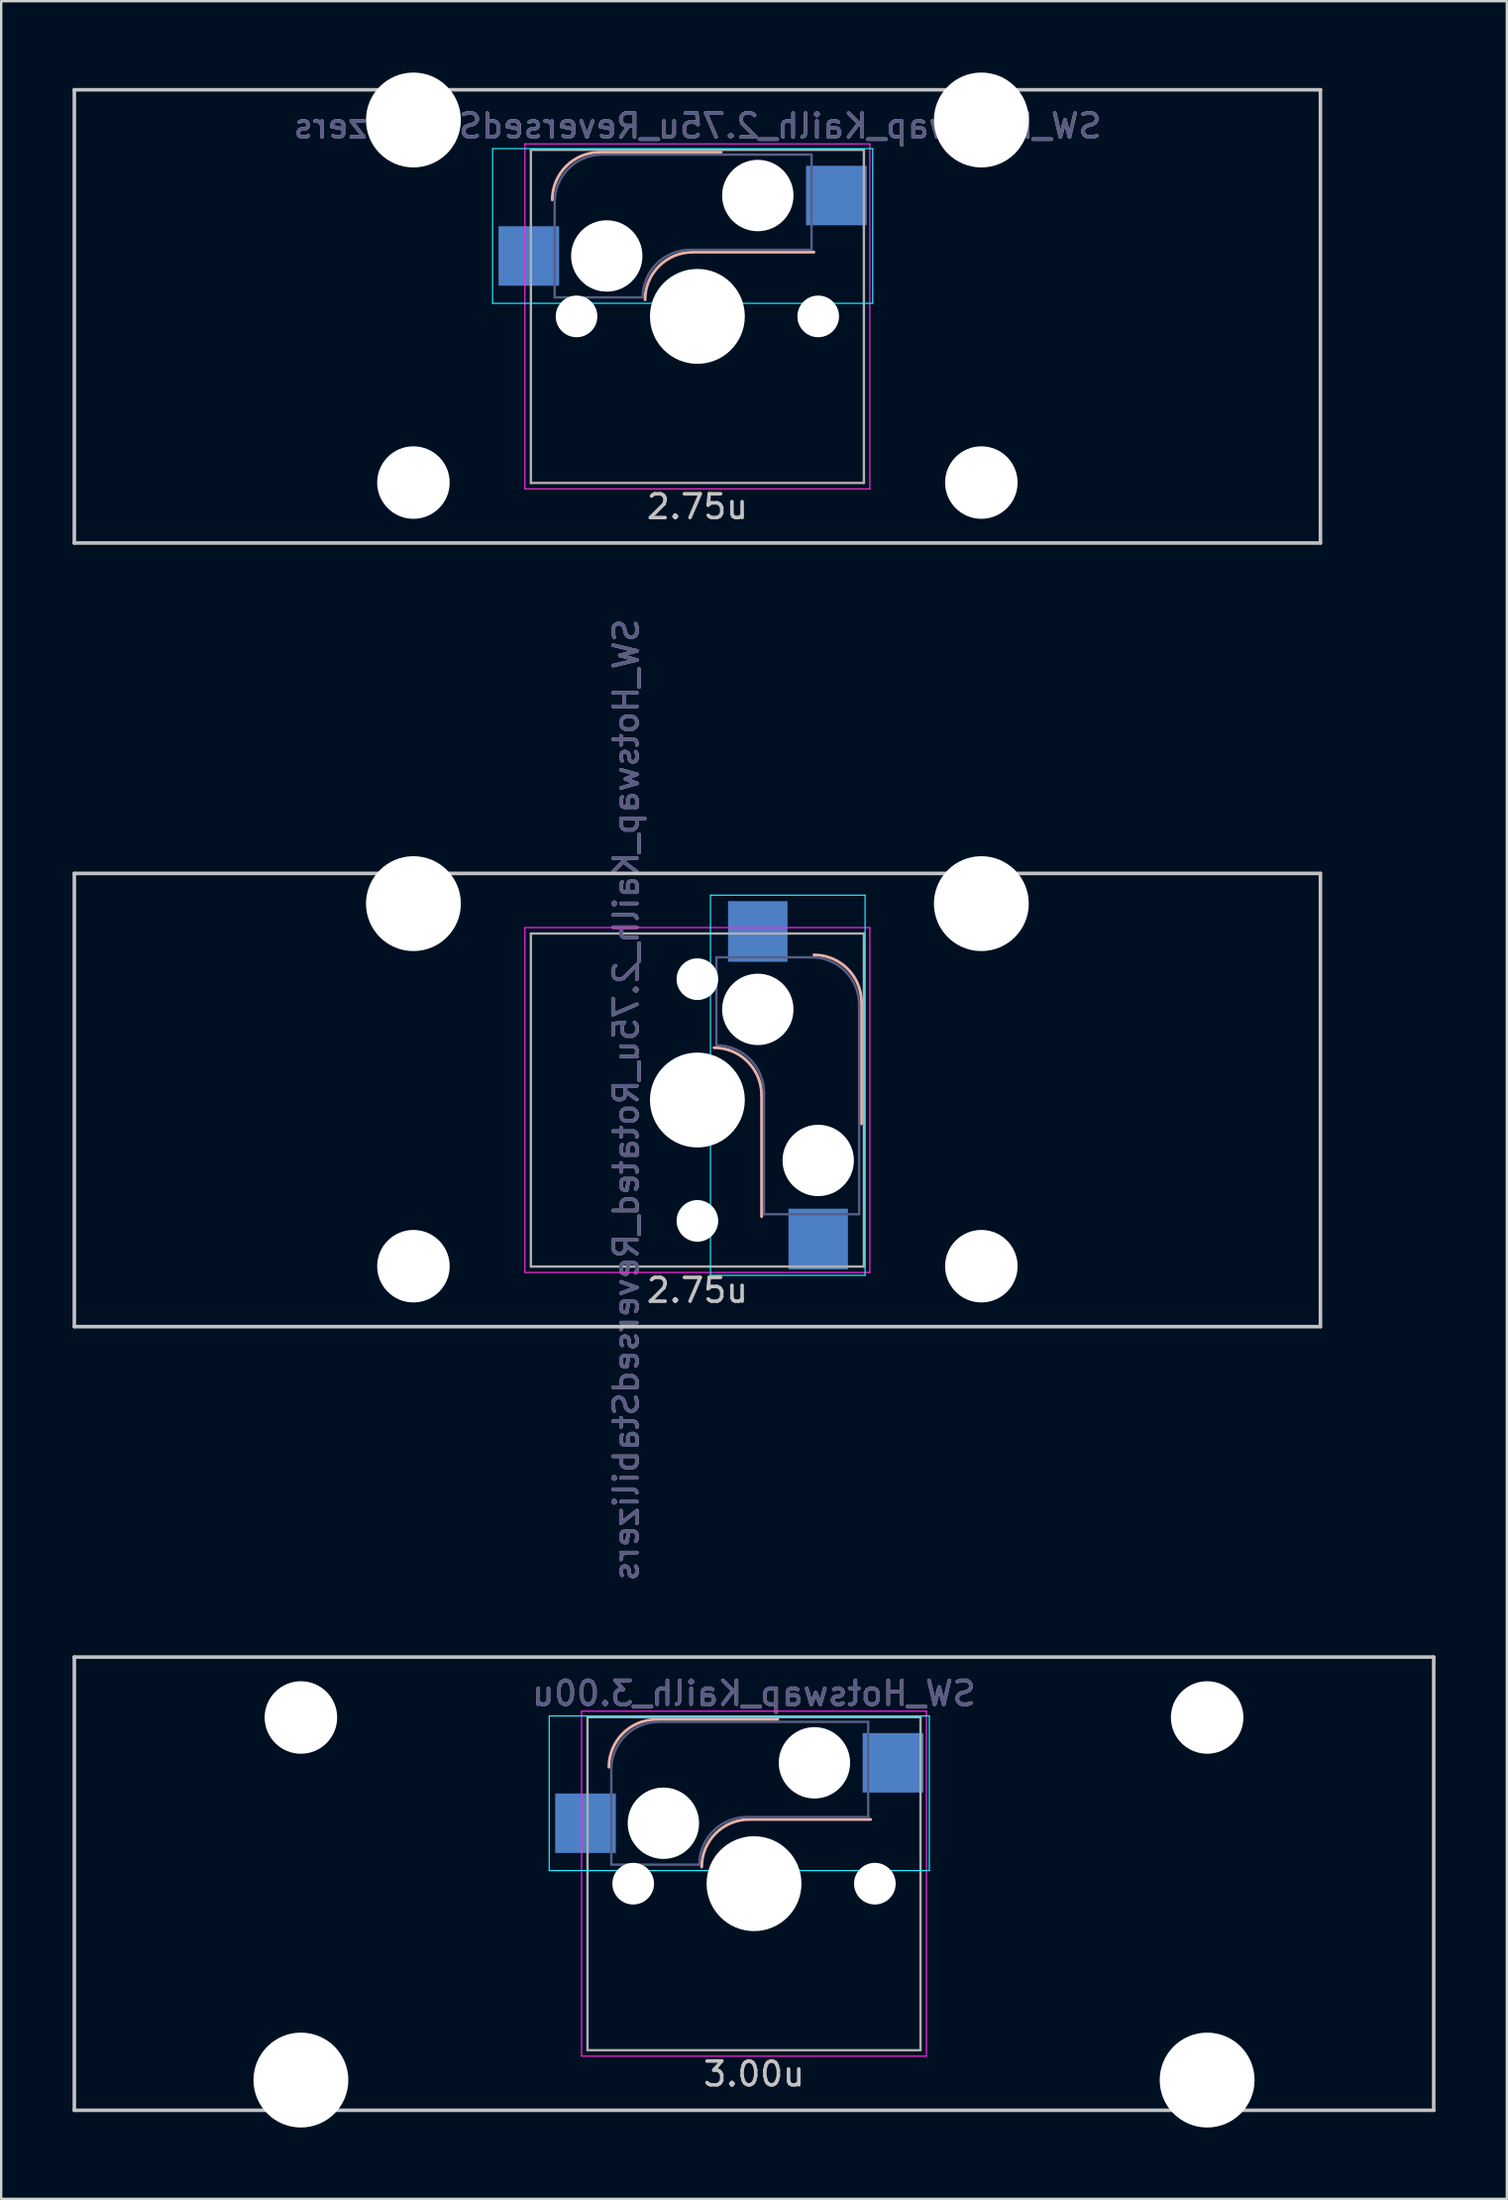
<source format=kicad_pcb>
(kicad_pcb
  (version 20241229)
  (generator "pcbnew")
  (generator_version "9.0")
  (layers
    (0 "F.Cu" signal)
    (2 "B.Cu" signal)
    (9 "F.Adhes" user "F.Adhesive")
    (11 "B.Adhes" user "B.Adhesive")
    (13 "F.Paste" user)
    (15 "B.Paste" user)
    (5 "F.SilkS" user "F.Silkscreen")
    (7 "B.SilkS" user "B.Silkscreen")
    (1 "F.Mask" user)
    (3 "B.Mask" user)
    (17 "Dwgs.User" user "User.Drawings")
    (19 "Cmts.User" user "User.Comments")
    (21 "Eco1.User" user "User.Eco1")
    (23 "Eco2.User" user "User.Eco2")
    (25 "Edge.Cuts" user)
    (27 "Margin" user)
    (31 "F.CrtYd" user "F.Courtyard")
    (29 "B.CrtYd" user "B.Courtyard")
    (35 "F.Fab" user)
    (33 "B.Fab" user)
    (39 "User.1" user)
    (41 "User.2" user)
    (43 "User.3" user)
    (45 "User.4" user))
  (footprint "SW_Hotswap_Kailh_3.00u"
    (layer "F.Cu")
    (at 28.65 76.127)
    (property "Reference" "SW_Hotswap_Kailh_3.00u" (at 0 -8 0) (layer "B.SilkS") (effects (font (size 1 1) (thickness 0.15)) (justify mirror)))
    (attr smd)
    (fp_line (start 1 -6.9) (end -4.1 -6.9) (stroke (width 0.12) (type solid)) (layer "B.SilkS"))
    (fp_line (start 4.9 -2.7) (end -0.2 -2.7) (stroke (width 0.12) (type solid)) (layer "B.SilkS"))
    (fp_arc (start -6.1 -4.9) (mid -5.514214 -6.314214) (end -4.1 -6.9) (stroke (width 0.12) (type solid)) (layer "B.SilkS"))
    (fp_arc (start -2.2 -0.7) (mid -1.614214 -2.114214) (end -0.2 -2.7) (stroke (width 0.12) (type solid)) (layer "B.SilkS"))
    (fp_line (start -28.575 -9.525) (end 28.575 -9.525) (stroke (width 0.15) (type solid)) (layer "Dwgs.User"))
    (fp_line (start -28.575 9.525) (end -28.575 -9.525) (stroke (width 0.15) (type solid)) (layer "Dwgs.User"))
    (fp_line (start -28.575 9.525) (end 28.575 9.525) (stroke (width 0.15) (type solid)) (layer "Dwgs.User"))
    (fp_line (start 28.575 -9.525) (end 28.575 9.525) (stroke (width 0.15) (type solid)) (layer "Dwgs.User"))
    (fp_line (start -8.61 -7.05) (end 7.37 -7.05) (stroke (width 0.05) (type solid)) (layer "B.CrtYd"))
    (fp_line (start -8.61 -0.55) (end -8.61 -7.05) (stroke (width 0.05) (type solid)) (layer "B.CrtYd"))
    (fp_line (start -8.61 -0.55) (end 7.37 -0.55) (stroke (width 0.05) (type solid)) (layer "B.CrtYd"))
    (fp_line (start 7.37 -7.05) (end 7.37 -0.55) (stroke (width 0.05) (type solid)) (layer "B.CrtYd"))
    (fp_line (start -7.25 -7.25) (end 7.25 -7.25) (stroke (width 0.05) (type solid)) (layer "F.CrtYd"))
    (fp_line (start -7.25 7.25) (end -7.25 -7.25) (stroke (width 0.05) (type solid)) (layer "F.CrtYd"))
    (fp_line (start 7.25 -7.25) (end 7.25 7.25) (stroke (width 0.05) (type solid)) (layer "F.CrtYd"))
    (fp_line (start 7.25 7.25) (end -7.25 7.25) (stroke (width 0.05) (type solid)) (layer "F.CrtYd"))
    (fp_line (start -6 -0.8) (end -6 -4.8) (stroke (width 0.1) (type solid)) (layer "B.Fab"))
    (fp_line (start -6 -0.8) (end -2.3 -0.8) (stroke (width 0.1) (type solid)) (layer "B.Fab"))
    (fp_line (start -4 -6.8) (end 4.8 -6.8) (stroke (width 0.1) (type solid)) (layer "B.Fab"))
    (fp_line (start -0.3 -2.8) (end 4.8 -2.8) (stroke (width 0.1) (type solid)) (layer "B.Fab"))
    (fp_line (start 4.8 -6.8) (end 4.8 -2.8) (stroke (width 0.1) (type solid)) (layer "B.Fab"))
    (fp_arc (start -6 -4.8) (mid -5.414214 -6.214214) (end -4 -6.8) (stroke (width 0.1) (type solid)) (layer "B.Fab"))
    (fp_arc (start -2.3 -0.8) (mid -1.714214 -2.214214) (end -0.3 -2.8) (stroke (width 0.1) (type solid)) (layer "B.Fab"))
    (fp_line (start -7 -7) (end 7 -7) (stroke (width 0.1) (type solid)) (layer "F.Fab"))
    (fp_line (start -7 7) (end -7 -7) (stroke (width 0.1) (type solid)) (layer "F.Fab"))
    (fp_line (start 7 -7) (end 7 7) (stroke (width 0.1) (type solid)) (layer "F.Fab"))
    (fp_line (start 7 7) (end -7 7) (stroke (width 0.1) (type solid)) (layer "F.Fab"))
    (fp_text user "3.00u" (at 0 8 0) (layer "Dwgs.User") (effects (font (size 1 1) (thickness 0.15))))
    (fp_text user "${REFERENCE}" (at 0 -8 0) (layer "B.Fab") (effects (font (size 1 1) (thickness 0.15)) (justify mirror)))
    (pad "" np_thru_hole circle (at -19.05 -6.985) (size 3.048 3.048) (drill 3.048) (layers "*.Cu" "*.Mask"))
    (pad "" np_thru_hole circle (at -19.05 8.255) (size 3.988 3.988) (drill 3.988) (layers "*.Cu" "*.Mask"))
    (pad "" np_thru_hole circle (at -5.08 0 48.1) (size 1.75 1.75) (drill 1.75) (layers "*.Cu" "*.Mask"))
    (pad "" np_thru_hole circle (at -3.81 -2.54) (size 3 3) (drill 3) (layers "*.Cu" "*.Mask"))
    (pad "" np_thru_hole circle (at 0 0) (size 3.988 3.988) (drill 3.988) (layers "*.Cu" "*.Mask"))
    (pad "" np_thru_hole circle (at 2.54 -5.08) (size 3 3) (drill 3) (layers "*.Cu" "*.Mask"))
    (pad "" np_thru_hole circle (at 5.08 0 48.1) (size 1.75 1.75) (drill 1.75) (layers "*.Cu" "*.Mask"))
    (pad "" np_thru_hole circle (at 19.05 -6.985) (size 3.048 3.048) (drill 3.048) (layers "*.Cu" "*.Mask"))
    (pad "" np_thru_hole circle (at 19.05 8.255) (size 3.988 3.988) (drill 3.988) (layers "*.Cu" "*.Mask"))
    (pad "1" smd rect (at -7.085 -2.54) (size 2.55 2.5) (layers "B.Cu" "B.Mask" "B.Paste"))
    (pad "2" smd rect (at 5.842 -5.08) (size 2.55 2.5) (layers "B.Cu" "B.Mask" "B.Paste")))
  (footprint "SW_Hotswap_Kailh_2.75u_Rotated_ReversedStabilizers"
    (layer "F.Cu")
    (at 26.269 43.188)
    (property "Reference" "SW_Hotswap_Kailh_2.75u_Rotated_ReversedStabilizers" (at -3 0 90) (layer "B.SilkS") (effects (font (size 1 1) (thickness 0.15)) (justify mirror)))
    (attr smd)
    (fp_line (start 2.7 4.9) (end 2.7 -0.2) (stroke (width 0.12) (type solid)) (layer "B.SilkS"))
    (fp_line (start 6.9 1) (end 6.9 -4.1) (stroke (width 0.12) (type solid)) (layer "B.SilkS"))
    (fp_arc (start 0.7 -2.2) (mid 2.114214 -1.614214) (end 2.7 -0.2) (stroke (width 0.12) (type solid)) (layer "B.SilkS"))
    (fp_arc (start 4.9 -6.1) (mid 6.314214 -5.514214) (end 6.9 -4.1) (stroke (width 0.12) (type solid)) (layer "B.SilkS"))
    (fp_line (start -26.194 -9.525) (end 26.194 -9.525) (stroke (width 0.15) (type solid)) (layer "Dwgs.User"))
    (fp_line (start -26.194 9.525) (end -26.194 -9.525) (stroke (width 0.15) (type solid)) (layer "Dwgs.User"))
    (fp_line (start 26.194 -9.525) (end 26.194 9.525) (stroke (width 0.15) (type solid)) (layer "Dwgs.User"))
    (fp_line (start 26.194 9.525) (end -26.194 9.525) (stroke (width 0.15) (type solid)) (layer "Dwgs.User"))
    (fp_line (start 0.55 -8.61) (end 0.55 7.37) (stroke (width 0.05) (type solid)) (layer "B.CrtYd"))
    (fp_line (start 0.55 -8.61) (end 7.05 -8.61) (stroke (width 0.05) (type solid)) (layer "B.CrtYd"))
    (fp_line (start 7.05 -8.61) (end 7.05 7.37) (stroke (width 0.05) (type solid)) (layer "B.CrtYd"))
    (fp_line (start 7.05 7.37) (end 0.55 7.37) (stroke (width 0.05) (type solid)) (layer "B.CrtYd"))
    (fp_line (start -7.25 -7.25) (end 7.25 -7.25) (stroke (width 0.05) (type solid)) (layer "F.CrtYd"))
    (fp_line (start -7.25 7.25) (end -7.25 -7.25) (stroke (width 0.05) (type solid)) (layer "F.CrtYd"))
    (fp_line (start 7.25 -7.25) (end 7.25 7.25) (stroke (width 0.05) (type solid)) (layer "F.CrtYd"))
    (fp_line (start 7.25 7.25) (end -7.25 7.25) (stroke (width 0.05) (type solid)) (layer "F.CrtYd"))
    (fp_line (start 0.8 -6) (end 0.8 -2.3) (stroke (width 0.1) (type solid)) (layer "B.Fab"))
    (fp_line (start 0.8 -6) (end 4.8 -6) (stroke (width 0.1) (type solid)) (layer "B.Fab"))
    (fp_line (start 2.8 -0.3) (end 2.8 4.8) (stroke (width 0.1) (type solid)) (layer "B.Fab"))
    (fp_line (start 6.8 -4) (end 6.8 4.8) (stroke (width 0.1) (type solid)) (layer "B.Fab"))
    (fp_line (start 6.8 4.8) (end 2.8 4.8) (stroke (width 0.1) (type solid)) (layer "B.Fab"))
    (fp_arc (start 0.8 -2.3) (mid 2.214214 -1.714214) (end 2.8 -0.3) (stroke (width 0.1) (type solid)) (layer "B.Fab"))
    (fp_arc (start 4.8 -6) (mid 6.214214 -5.414214) (end 6.8 -4) (stroke (width 0.1) (type solid)) (layer "B.Fab"))
    (fp_line (start -7 -7) (end 7 -7) (stroke (width 0.1) (type solid)) (layer "F.Fab"))
    (fp_line (start -7 7) (end -7 -7) (stroke (width 0.1) (type solid)) (layer "F.Fab"))
    (fp_line (start 7 -7) (end 7 7) (stroke (width 0.1) (type solid)) (layer "F.Fab"))
    (fp_line (start 7 7) (end -7 7) (stroke (width 0.1) (type solid)) (layer "F.Fab"))
    (fp_text user "2.75u" (at 0 8 0) (layer "Dwgs.User") (effects (font (size 1 1) (thickness 0.15))))
    (fp_text user "${REFERENCE}" (at -3 0 90) (layer "B.Fab") (effects (font (size 1 1) (thickness 0.15)) (justify mirror)))
    (pad "" np_thru_hole circle (at -11.938 -8.255) (size 3.988 3.988) (drill 3.988) (layers "*.Cu" "*.Mask"))
    (pad "" np_thru_hole circle (at -11.938 6.985) (size 3.048 3.048) (drill 3.048) (layers "*.Cu" "*.Mask"))
    (pad "" np_thru_hole circle (at 0 -5.08 318.1) (size 1.75 1.75) (drill 1.75) (layers "*.Cu" "*.Mask"))
    (pad "" np_thru_hole circle (at 0 0 270) (size 3.988 3.988) (drill 3.988) (layers "*.Cu" "*.Mask"))
    (pad "" np_thru_hole circle (at 0 5.08 318.1) (size 1.75 1.75) (drill 1.75) (layers "*.Cu" "*.Mask"))
    (pad "" np_thru_hole circle (at 2.54 -3.81 270) (size 3 3) (drill 3) (layers "*.Cu" "*.Mask"))
    (pad "" np_thru_hole circle (at 5.08 2.54 270) (size 3 3) (drill 3) (layers "*.Cu" "*.Mask"))
    (pad "" np_thru_hole circle (at 11.938 -8.255) (size 3.988 3.988) (drill 3.988) (layers "*.Cu" "*.Mask"))
    (pad "" np_thru_hole circle (at 11.938 6.985) (size 3.048 3.048) (drill 3.048) (layers "*.Cu" "*.Mask"))
    (pad "1" smd rect (at 2.54 -7.085 270) (size 2.55 2.5) (layers "B.Cu" "B.Mask" "B.Paste"))
    (pad "2" smd rect (at 5.08 5.842 270) (size 2.55 2.5) (layers "B.Cu" "B.Mask" "B.Paste")))
  (footprint "SW_Hotswap_Kailh_2.75u_ReversedStabilizers"
    (layer "F.Cu")
    (at 26.269 10.249)
    (property "Reference" "SW_Hotswap_Kailh_2.75u_ReversedStabilizers" (at 0 -8 0) (layer "B.SilkS") (effects (font (size 1 1) (thickness 0.15)) (justify mirror)))
    (attr smd)
    (fp_line (start 1 -6.9) (end -4.1 -6.9) (stroke (width 0.12) (type solid)) (layer "B.SilkS"))
    (fp_line (start 4.9 -2.7) (end -0.2 -2.7) (stroke (width 0.12) (type solid)) (layer "B.SilkS"))
    (fp_arc (start -6.1 -4.9) (mid -5.514214 -6.314214) (end -4.1 -6.9) (stroke (width 0.12) (type solid)) (layer "B.SilkS"))
    (fp_arc (start -2.2 -0.7) (mid -1.614214 -2.114214) (end -0.2 -2.7) (stroke (width 0.12) (type solid)) (layer "B.SilkS"))
    (fp_line (start -26.194 -9.525) (end 26.194 -9.525) (stroke (width 0.15) (type solid)) (layer "Dwgs.User"))
    (fp_line (start -26.194 9.525) (end -26.194 -9.525) (stroke (width 0.15) (type solid)) (layer "Dwgs.User"))
    (fp_line (start 26.194 -9.525) (end 26.194 9.525) (stroke (width 0.15) (type solid)) (layer "Dwgs.User"))
    (fp_line (start 26.194 9.525) (end -26.194 9.525) (stroke (width 0.15) (type solid)) (layer "Dwgs.User"))
    (fp_line (start -8.61 -7.05) (end 7.37 -7.05) (stroke (width 0.05) (type solid)) (layer "B.CrtYd"))
    (fp_line (start -8.61 -0.55) (end -8.61 -7.05) (stroke (width 0.05) (type solid)) (layer "B.CrtYd"))
    (fp_line (start -8.61 -0.55) (end 7.37 -0.55) (stroke (width 0.05) (type solid)) (layer "B.CrtYd"))
    (fp_line (start 7.37 -7.05) (end 7.37 -0.55) (stroke (width 0.05) (type solid)) (layer "B.CrtYd"))
    (fp_line (start -7.25 -7.25) (end 7.25 -7.25) (stroke (width 0.05) (type solid)) (layer "F.CrtYd"))
    (fp_line (start -7.25 7.25) (end -7.25 -7.25) (stroke (width 0.05) (type solid)) (layer "F.CrtYd"))
    (fp_line (start 7.25 -7.25) (end 7.25 7.25) (stroke (width 0.05) (type solid)) (layer "F.CrtYd"))
    (fp_line (start 7.25 7.25) (end -7.25 7.25) (stroke (width 0.05) (type solid)) (layer "F.CrtYd"))
    (fp_line (start -6 -0.8) (end -6 -4.8) (stroke (width 0.1) (type solid)) (layer "B.Fab"))
    (fp_line (start -6 -0.8) (end -2.3 -0.8) (stroke (width 0.1) (type solid)) (layer "B.Fab"))
    (fp_line (start -4 -6.8) (end 4.8 -6.8) (stroke (width 0.1) (type solid)) (layer "B.Fab"))
    (fp_line (start -0.3 -2.8) (end 4.8 -2.8) (stroke (width 0.1) (type solid)) (layer "B.Fab"))
    (fp_line (start 4.8 -6.8) (end 4.8 -2.8) (stroke (width 0.1) (type solid)) (layer "B.Fab"))
    (fp_arc (start -6 -4.8) (mid -5.414214 -6.214214) (end -4 -6.8) (stroke (width 0.1) (type solid)) (layer "B.Fab"))
    (fp_arc (start -2.3 -0.8) (mid -1.714214 -2.214214) (end -0.3 -2.8) (stroke (width 0.1) (type solid)) (layer "B.Fab"))
    (fp_line (start -7 -7) (end 7 -7) (stroke (width 0.1) (type solid)) (layer "F.Fab"))
    (fp_line (start -7 7) (end -7 -7) (stroke (width 0.1) (type solid)) (layer "F.Fab"))
    (fp_line (start 7 -7) (end 7 7) (stroke (width 0.1) (type solid)) (layer "F.Fab"))
    (fp_line (start 7 7) (end -7 7) (stroke (width 0.1) (type solid)) (layer "F.Fab"))
    (fp_text user "2.75u" (at 0 8 0) (layer "Dwgs.User") (effects (font (size 1 1) (thickness 0.15))))
    (fp_text user "${REFERENCE}" (at 0 -8 0) (layer "B.Fab") (effects (font (size 1 1) (thickness 0.15)) (justify mirror)))
    (pad "" np_thru_hole circle (at -11.938 -8.255) (size 3.988 3.988) (drill 3.988) (layers "*.Cu" "*.Mask"))
    (pad "" np_thru_hole circle (at -11.938 6.985) (size 3.048 3.048) (drill 3.048) (layers "*.Cu" "*.Mask"))
    (pad "" np_thru_hole circle (at -5.08 0 48.1) (size 1.75 1.75) (drill 1.75) (layers "*.Cu" "*.Mask"))
    (pad "" np_thru_hole circle (at -3.81 -2.54) (size 3 3) (drill 3) (layers "*.Cu" "*.Mask"))
    (pad "" np_thru_hole circle (at 0 0) (size 3.988 3.988) (drill 3.988) (layers "*.Cu" "*.Mask"))
    (pad "" np_thru_hole circle (at 2.54 -5.08) (size 3 3) (drill 3) (layers "*.Cu" "*.Mask"))
    (pad "" np_thru_hole circle (at 5.08 0 48.1) (size 1.75 1.75) (drill 1.75) (layers "*.Cu" "*.Mask"))
    (pad "" np_thru_hole circle (at 11.938 -8.255) (size 3.988 3.988) (drill 3.988) (layers "*.Cu" "*.Mask"))
    (pad "" np_thru_hole circle (at 11.938 6.985) (size 3.048 3.048) (drill 3.048) (layers "*.Cu" "*.Mask"))
    (pad "1" smd rect (at -7.085 -2.54) (size 2.55 2.5) (layers "B.Cu" "B.Mask" "B.Paste"))
    (pad "2" smd rect (at 5.842 -5.08) (size 2.55 2.5) (layers "B.Cu" "B.Mask" "B.Paste")))
  (gr_rect
    (start -3 -3)
    (end 60.3 89.376)
    (stroke (width 0.1) (type default))
    (fill no)
    (layer "Edge.Cuts")))
</source>
